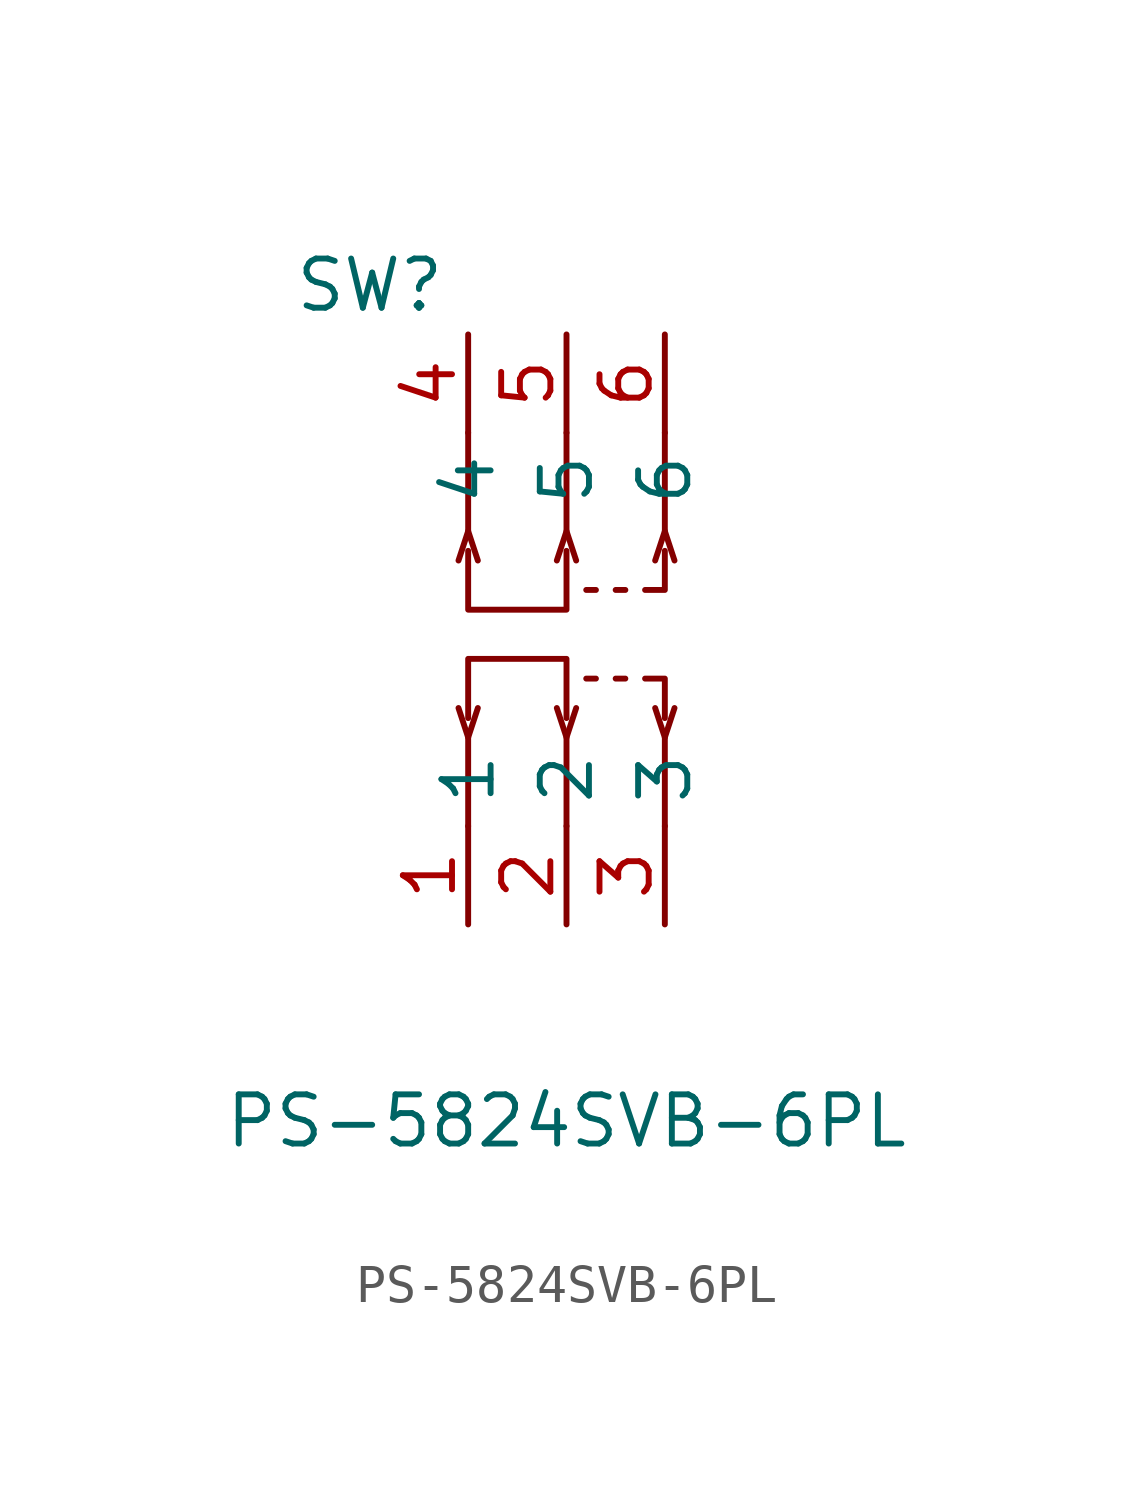
<source format=kicad_sym>
(kicad_symbol_lib
  (version 20220914)
  (generator kicad_symbol_editor)
  (symbol "PS-5824SVB-6PL"
    (property "Reference" "SW"
      (at -5.08 8.89 0)
      (effects (font (size 1.27 1.27))))
    (property "Value" "PS-5824SVB-6PL"
      (at 0 -12.7 0)
      (effects (font (size 1.27 1.27))))
    (symbol "PS-5824SVB-6PL_0_1"
      (polyline (pts (xy -2.54 -2.79) (xy -2.79 -2.03)) (stroke (width 0) (type default)) (fill (type none)))
      (polyline (pts (xy -2.54 2.54) (xy -2.29 1.78)) (stroke (width 0) (type default)) (fill (type none)))
      (polyline (pts (xy 0 -2.79) (xy -0.25 -2.03)) (stroke (width 0) (type default)) (fill (type none)))
      (polyline (pts (xy 0 2.54) (xy 0.25 1.78)) (stroke (width 0) (type default)) (fill (type none)))
      (polyline (pts (xy 0.76 -1.27) (xy 0.51 -1.27)) (stroke (width 0) (type default)) (fill (type none)))
      (polyline (pts (xy 0.76 1.02) (xy 0.51 1.02)) (stroke (width 0) (type default)) (fill (type none)))
      (polyline (pts (xy 1.52 -1.27) (xy 1.27 -1.27)) (stroke (width 0) (type default)) (fill (type none)))
      (polyline (pts (xy 1.52 1.02) (xy 1.27 1.02)) (stroke (width 0) (type default)) (fill (type none)))
      (polyline (pts (xy 2.54 -2.79) (xy 2.29 -2.03)) (stroke (width 0) (type default)) (fill (type none)))
      (polyline (pts (xy 2.54 2.54) (xy 2.79 1.78)) (stroke (width 0) (type default)) (fill (type none)))
      (polyline (pts (xy 2.03 -1.27) (xy 2.54 -1.27) (xy 2.54 -2.29)) (stroke (width 0) (type default)) (fill (type none)))
      (polyline (pts (xy 2.03 1.02) (xy 2.54 1.02) (xy 2.54 2.03)) (stroke (width 0) (type default)) (fill (type none)))
      (polyline (pts (xy -2.79 1.78) (xy -2.79 1.78) (xy -2.54 2.54) (xy -2.54 5.08)) (stroke (width 0) (type default)) (fill (type none)))
      (polyline (pts (xy -2.54 -2.29) (xy -2.54 -0.76) (xy 0 -0.76) (xy 0 -2.29)) (stroke (width 0) (type default)) (fill (type none)))
      (polyline (pts (xy -2.54 2.03) (xy -2.54 0.51) (xy 0 0.51) (xy 0 2.03)) (stroke (width 0) (type default)) (fill (type none)))
      (polyline (pts (xy -2.29 -2.03) (xy -2.29 -2.03) (xy -2.54 -2.79) (xy -2.54 -5.08)) (stroke (width 0) (type default)) (fill (type none)))
      (polyline (pts (xy -0.25 1.78) (xy -0.25 1.78) (xy 0 2.54) (xy 0 5.08)) (stroke (width 0) (type default)) (fill (type none)))
      (polyline (pts (xy 0.25 -2.03) (xy 0.25 -2.03) (xy 0 -2.79) (xy 0 -5.08)) (stroke (width 0) (type default)) (fill (type none)))
      (polyline (pts (xy 2.29 1.78) (xy 2.29 1.78) (xy 2.54 2.54) (xy 2.54 5.08)) (stroke (width 0) (type default)) (fill (type none)))
      (polyline (pts (xy 2.79 -2.03) (xy 2.79 -2.03) (xy 2.54 -2.79) (xy 2.54 -5.08)) (stroke (width 0) (type default)) (fill (type none))))
    (symbol "PS-5824SVB-6PL_1_1"
      (pin passive line (at -2.54 -7.62 90) (length 2.54) (name "1" (effects (font (size 1.27 1.27)))) (number "1" (effects (font (size 1.27 1.27)))))
      (pin passive line (at 0 -7.62 90) (length 2.54) (name "2" (effects (font (size 1.27 1.27)))) (number "2" (effects (font (size 1.27 1.27)))))
      (pin passive line (at 2.54 -7.62 90) (length 2.54) (name "3" (effects (font (size 1.27 1.27)))) (number "3" (effects (font (size 1.27 1.27)))))
      (pin passive line (at -2.54 7.62 270) (length 2.54) (name "4" (effects (font (size 1.27 1.27)))) (number "4" (effects (font (size 1.27 1.27)))))
      (pin passive line (at 0 7.62 270) (length 2.54) (name "5" (effects (font (size 1.27 1.27)))) (number "5" (effects (font (size 1.27 1.27)))))
      (pin passive line (at 2.54 7.62 270) (length 2.54) (name "6" (effects (font (size 1.27 1.27)))) (number "6" (effects (font (size 1.27 1.27))))))))
</source>
